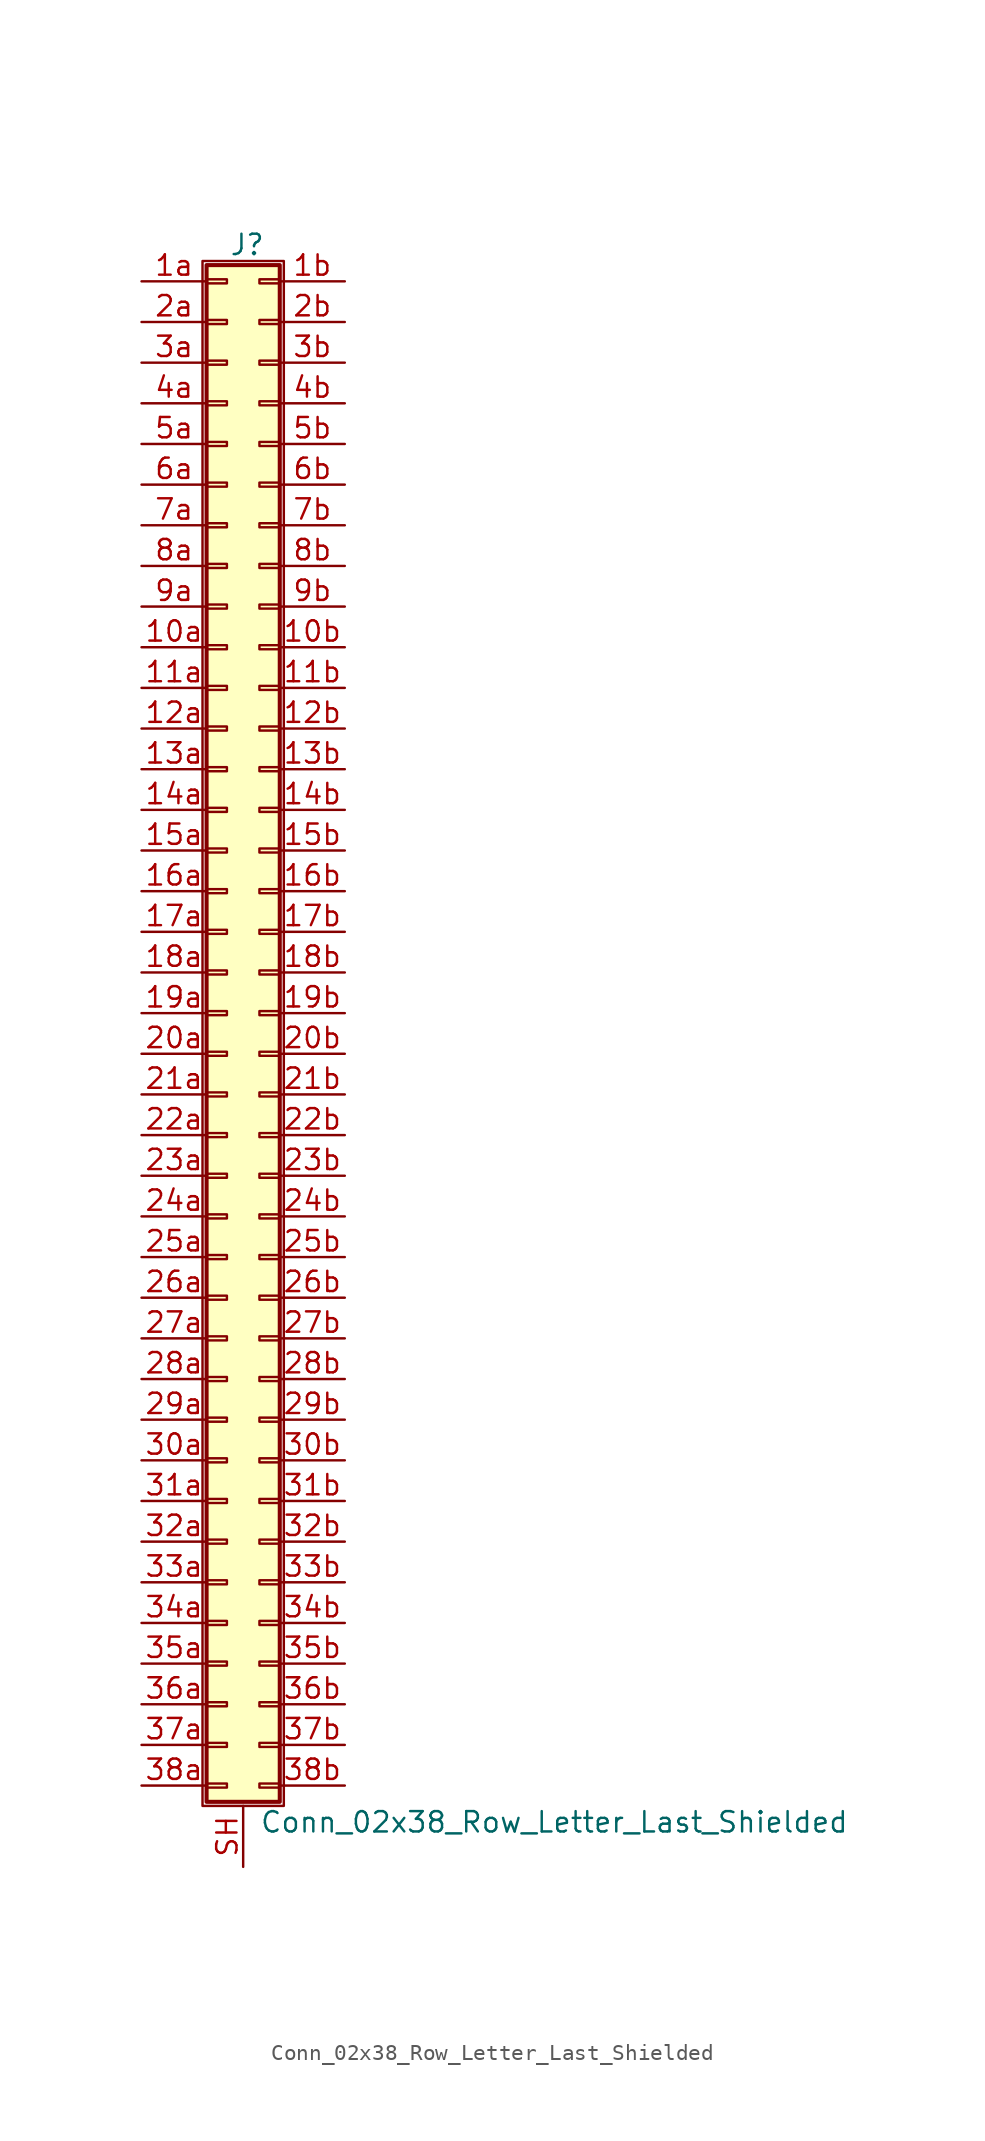
<source format=kicad_sym>
(kicad_symbol_lib
  (version 20201005)
  (generator kicad_symbol_editor)
  (symbol "Connector_Generic_Shielded:Conn_02x38_Row_Letter_Last_Shielded"
    (pin_names
      (offset 1.016) hide)
    (property "Reference" "J"
      (at 1.524 48.006 0)
      (effects (font (size 1.27 1.27))))
    (property "Value" "Conn_02x38_Row_Letter_Last_Shielded"
      (at 2.286 -50.546 0)
      (effects (font (size 1.27 1.27)) (justify left)))
    (symbol "Conn_02x38_Row_Letter_Last_Shielded_1_1"
      (rectangle (start -1.016 -27.813) (end 0.254 -28.067) (stroke (width 0.152)) (fill (type none)))
      (rectangle (start -1.016 -30.353) (end 0.254 -30.607) (stroke (width 0.152)) (fill (type none)))
      (rectangle (start -1.016 -32.893) (end 0.254 -33.147) (stroke (width 0.152)) (fill (type none)))
      (rectangle (start -1.016 -35.433) (end 0.254 -35.687) (stroke (width 0.152)) (fill (type none)))
      (rectangle (start -1.016 -37.973) (end 0.254 -38.227) (stroke (width 0.152)) (fill (type none)))
      (rectangle (start -1.016 -40.513) (end 0.254 -40.767) (stroke (width 0.152)) (fill (type none)))
      (rectangle (start -1.016 -43.053) (end 0.254 -43.307) (stroke (width 0.152)) (fill (type none)))
      (rectangle (start -1.016 -45.593) (end 0.254 -45.847) (stroke (width 0.152)) (fill (type none)))
      (rectangle (start -1.016 -48.133) (end 0.254 -48.387) (stroke (width 0.152)) (fill (type none)))
      (rectangle (start -1.016 -4.953) (end 0.254 -5.207) (stroke (width 0.152)) (fill (type none)))
      (rectangle (start -1.016 -7.493) (end 0.254 -7.747) (stroke (width 0.152)) (fill (type none)))
      (rectangle (start -1.016 -10.033) (end 0.254 -10.287) (stroke (width 0.152)) (fill (type none)))
      (rectangle (start -1.016 -12.573) (end 0.254 -12.827) (stroke (width 0.152)) (fill (type none)))
      (rectangle (start -1.016 -15.113) (end 0.254 -15.367) (stroke (width 0.152)) (fill (type none)))
      (rectangle (start -1.016 -17.653) (end 0.254 -17.907) (stroke (width 0.152)) (fill (type none)))
      (rectangle (start -1.016 -20.193) (end 0.254 -20.447) (stroke (width 0.152)) (fill (type none)))
      (rectangle (start -1.016 -22.733) (end 0.254 -22.987) (stroke (width 0.152)) (fill (type none)))
      (rectangle (start -1.016 -2.413) (end 0.254 -2.667) (stroke (width 0.152)) (fill (type none)))
      (rectangle (start -1.016 -25.273) (end 0.254 -25.527) (stroke (width 0.152)) (fill (type none)))
      (rectangle (start -1.016 25.527) (end 0.254 25.273) (stroke (width 0.152)) (fill (type none)))
      (rectangle (start -1.016 2.667) (end 0.254 2.413) (stroke (width 0.152)) (fill (type none)))
      (rectangle (start -1.016 28.067) (end 0.254 27.813) (stroke (width 0.152)) (fill (type none)))
      (rectangle (start -1.016 30.607) (end 0.254 30.353) (stroke (width 0.152)) (fill (type none)))
      (rectangle (start -1.016 33.147) (end 0.254 32.893) (stroke (width 0.152)) (fill (type none)))
      (rectangle (start -1.016 35.687) (end 0.254 35.433) (stroke (width 0.152)) (fill (type none)))
      (rectangle (start -1.016 38.227) (end 0.254 37.973) (stroke (width 0.152)) (fill (type none)))
      (rectangle (start -1.016 40.767) (end 0.254 40.513) (stroke (width 0.152)) (fill (type none)))
      (rectangle (start -1.016 43.307) (end 0.254 43.053) (stroke (width 0.152)) (fill (type none)))
      (rectangle (start -1.016 45.847) (end 0.254 45.593) (stroke (width 0.152)) (fill (type none)))
      (rectangle (start -1.016 46.736) (end 3.556 -49.276) (stroke (width 0.254)) (fill (type background)))
      (rectangle (start -1.016 5.207) (end 0.254 4.953) (stroke (width 0.152)) (fill (type none)))
      (rectangle (start -1.016 7.747) (end 0.254 7.493) (stroke (width 0.152)) (fill (type none)))
      (rectangle (start -1.016 10.287) (end 0.254 10.033) (stroke (width 0.152)) (fill (type none)))
      (rectangle (start -1.016 0.127) (end 0.254 -0.127) (stroke (width 0.152)) (fill (type none)))
      (rectangle (start -1.016 12.827) (end 0.254 12.573) (stroke (width 0.152)) (fill (type none)))
      (rectangle (start -1.016 15.367) (end 0.254 15.113) (stroke (width 0.152)) (fill (type none)))
      (rectangle (start -1.016 17.907) (end 0.254 17.653) (stroke (width 0.152)) (fill (type none)))
      (rectangle (start -1.016 20.447) (end 0.254 20.193) (stroke (width 0.152)) (fill (type none)))
      (rectangle (start -1.016 22.987) (end 0.254 22.733) (stroke (width 0.152)) (fill (type none)))
      (rectangle (start -1.27 46.99) (end 3.81 -49.53) (stroke (width 0.152)) (fill (type none)))
      (rectangle (start 3.556 -27.813) (end 2.286 -28.067) (stroke (width 0.152)) (fill (type none)))
      (rectangle (start 3.556 -30.353) (end 2.286 -30.607) (stroke (width 0.152)) (fill (type none)))
      (rectangle (start 3.556 -32.893) (end 2.286 -33.147) (stroke (width 0.152)) (fill (type none)))
      (rectangle (start 3.556 -35.433) (end 2.286 -35.687) (stroke (width 0.152)) (fill (type none)))
      (rectangle (start 3.556 -37.973) (end 2.286 -38.227) (stroke (width 0.152)) (fill (type none)))
      (rectangle (start 3.556 -40.513) (end 2.286 -40.767) (stroke (width 0.152)) (fill (type none)))
      (rectangle (start 3.556 -43.053) (end 2.286 -43.307) (stroke (width 0.152)) (fill (type none)))
      (rectangle (start 3.556 -45.593) (end 2.286 -45.847) (stroke (width 0.152)) (fill (type none)))
      (rectangle (start 3.556 -48.133) (end 2.286 -48.387) (stroke (width 0.152)) (fill (type none)))
      (rectangle (start 3.556 -4.953) (end 2.286 -5.207) (stroke (width 0.152)) (fill (type none)))
      (rectangle (start 3.556 -7.493) (end 2.286 -7.747) (stroke (width 0.152)) (fill (type none)))
      (rectangle (start 3.556 -10.033) (end 2.286 -10.287) (stroke (width 0.152)) (fill (type none)))
      (rectangle (start 3.556 -12.573) (end 2.286 -12.827) (stroke (width 0.152)) (fill (type none)))
      (rectangle (start 3.556 -15.113) (end 2.286 -15.367) (stroke (width 0.152)) (fill (type none)))
      (rectangle (start 3.556 -17.653) (end 2.286 -17.907) (stroke (width 0.152)) (fill (type none)))
      (rectangle (start 3.556 -20.193) (end 2.286 -20.447) (stroke (width 0.152)) (fill (type none)))
      (rectangle (start 3.556 -22.733) (end 2.286 -22.987) (stroke (width 0.152)) (fill (type none)))
      (rectangle (start 3.556 -2.413) (end 2.286 -2.667) (stroke (width 0.152)) (fill (type none)))
      (rectangle (start 3.556 -25.273) (end 2.286 -25.527) (stroke (width 0.152)) (fill (type none)))
      (rectangle (start 3.556 25.527) (end 2.286 25.273) (stroke (width 0.152)) (fill (type none)))
      (rectangle (start 3.556 2.667) (end 2.286 2.413) (stroke (width 0.152)) (fill (type none)))
      (rectangle (start 3.556 28.067) (end 2.286 27.813) (stroke (width 0.152)) (fill (type none)))
      (rectangle (start 3.556 30.607) (end 2.286 30.353) (stroke (width 0.152)) (fill (type none)))
      (rectangle (start 3.556 33.147) (end 2.286 32.893) (stroke (width 0.152)) (fill (type none)))
      (rectangle (start 3.556 35.687) (end 2.286 35.433) (stroke (width 0.152)) (fill (type none)))
      (rectangle (start 3.556 38.227) (end 2.286 37.973) (stroke (width 0.152)) (fill (type none)))
      (rectangle (start 3.556 40.767) (end 2.286 40.513) (stroke (width 0.152)) (fill (type none)))
      (rectangle (start 3.556 43.307) (end 2.286 43.053) (stroke (width 0.152)) (fill (type none)))
      (rectangle (start 3.556 45.847) (end 2.286 45.593) (stroke (width 0.152)) (fill (type none)))
      (rectangle (start 3.556 5.207) (end 2.286 4.953) (stroke (width 0.152)) (fill (type none)))
      (rectangle (start 3.556 7.747) (end 2.286 7.493) (stroke (width 0.152)) (fill (type none)))
      (rectangle (start 3.556 10.287) (end 2.286 10.033) (stroke (width 0.152)) (fill (type none)))
      (rectangle (start 3.556 0.127) (end 2.286 -0.127) (stroke (width 0.152)) (fill (type none)))
      (rectangle (start 3.556 12.827) (end 2.286 12.573) (stroke (width 0.152)) (fill (type none)))
      (rectangle (start 3.556 15.367) (end 2.286 15.113) (stroke (width 0.152)) (fill (type none)))
      (rectangle (start 3.556 17.907) (end 2.286 17.653) (stroke (width 0.152)) (fill (type none)))
      (rectangle (start 3.556 20.447) (end 2.286 20.193) (stroke (width 0.152)) (fill (type none)))
      (rectangle (start 3.556 22.987) (end 2.286 22.733) (stroke (width 0.152)) (fill (type none)))
      (pin passive line (at -5.08 22.86 0) (length 4.064) (name "Pin_10a" (effects (font (size 1.27 1.27)))) (number "10a" (effects (font (size 1.27 1.27)))))
      (pin passive line (at 7.62 22.86 180) (length 4.064) (name "Pin_10b" (effects (font (size 1.27 1.27)))) (number "10b" (effects (font (size 1.27 1.27)))))
      (pin passive line (at -5.08 20.32 0) (length 4.064) (name "Pin_11a" (effects (font (size 1.27 1.27)))) (number "11a" (effects (font (size 1.27 1.27)))))
      (pin passive line (at 7.62 20.32 180) (length 4.064) (name "Pin_11b" (effects (font (size 1.27 1.27)))) (number "11b" (effects (font (size 1.27 1.27)))))
      (pin passive line (at -5.08 17.78 0) (length 4.064) (name "Pin_12a" (effects (font (size 1.27 1.27)))) (number "12a" (effects (font (size 1.27 1.27)))))
      (pin passive line (at 7.62 17.78 180) (length 4.064) (name "Pin_12b" (effects (font (size 1.27 1.27)))) (number "12b" (effects (font (size 1.27 1.27)))))
      (pin passive line (at -5.08 15.24 0) (length 4.064) (name "Pin_13a" (effects (font (size 1.27 1.27)))) (number "13a" (effects (font (size 1.27 1.27)))))
      (pin passive line (at 7.62 15.24 180) (length 4.064) (name "Pin_13b" (effects (font (size 1.27 1.27)))) (number "13b" (effects (font (size 1.27 1.27)))))
      (pin passive line (at -5.08 12.7 0) (length 4.064) (name "Pin_14a" (effects (font (size 1.27 1.27)))) (number "14a" (effects (font (size 1.27 1.27)))))
      (pin passive line (at 7.62 12.7 180) (length 4.064) (name "Pin_14b" (effects (font (size 1.27 1.27)))) (number "14b" (effects (font (size 1.27 1.27)))))
      (pin passive line (at -5.08 10.16 0) (length 4.064) (name "Pin_15a" (effects (font (size 1.27 1.27)))) (number "15a" (effects (font (size 1.27 1.27)))))
      (pin passive line (at 7.62 10.16 180) (length 4.064) (name "Pin_15b" (effects (font (size 1.27 1.27)))) (number "15b" (effects (font (size 1.27 1.27)))))
      (pin passive line (at -5.08 7.62 0) (length 4.064) (name "Pin_16a" (effects (font (size 1.27 1.27)))) (number "16a" (effects (font (size 1.27 1.27)))))
      (pin passive line (at 7.62 7.62 180) (length 4.064) (name "Pin_16b" (effects (font (size 1.27 1.27)))) (number "16b" (effects (font (size 1.27 1.27)))))
      (pin passive line (at -5.08 5.08 0) (length 4.064) (name "Pin_17a" (effects (font (size 1.27 1.27)))) (number "17a" (effects (font (size 1.27 1.27)))))
      (pin passive line (at 7.62 5.08 180) (length 4.064) (name "Pin_17b" (effects (font (size 1.27 1.27)))) (number "17b" (effects (font (size 1.27 1.27)))))
      (pin passive line (at -5.08 2.54 0) (length 4.064) (name "Pin_18a" (effects (font (size 1.27 1.27)))) (number "18a" (effects (font (size 1.27 1.27)))))
      (pin passive line (at 7.62 2.54 180) (length 4.064) (name "Pin_18b" (effects (font (size 1.27 1.27)))) (number "18b" (effects (font (size 1.27 1.27)))))
      (pin passive line (at -5.08 0 0) (length 4.064) (name "Pin_19a" (effects (font (size 1.27 1.27)))) (number "19a" (effects (font (size 1.27 1.27)))))
      (pin passive line (at 7.62 0 180) (length 4.064) (name "Pin_19b" (effects (font (size 1.27 1.27)))) (number "19b" (effects (font (size 1.27 1.27)))))
      (pin passive line (at -5.08 45.72 0) (length 4.064) (name "Pin_1a" (effects (font (size 1.27 1.27)))) (number "1a" (effects (font (size 1.27 1.27)))))
      (pin passive line (at 7.62 45.72 180) (length 4.064) (name "Pin_1b" (effects (font (size 1.27 1.27)))) (number "1b" (effects (font (size 1.27 1.27)))))
      (pin passive line (at -5.08 -2.54 0) (length 4.064) (name "Pin_20a" (effects (font (size 1.27 1.27)))) (number "20a" (effects (font (size 1.27 1.27)))))
      (pin passive line (at 7.62 -2.54 180) (length 4.064) (name "Pin_20b" (effects (font (size 1.27 1.27)))) (number "20b" (effects (font (size 1.27 1.27)))))
      (pin passive line (at -5.08 -5.08 0) (length 4.064) (name "Pin_21a" (effects (font (size 1.27 1.27)))) (number "21a" (effects (font (size 1.27 1.27)))))
      (pin passive line (at 7.62 -5.08 180) (length 4.064) (name "Pin_21b" (effects (font (size 1.27 1.27)))) (number "21b" (effects (font (size 1.27 1.27)))))
      (pin passive line (at -5.08 -7.62 0) (length 4.064) (name "Pin_22a" (effects (font (size 1.27 1.27)))) (number "22a" (effects (font (size 1.27 1.27)))))
      (pin passive line (at 7.62 -7.62 180) (length 4.064) (name "Pin_22b" (effects (font (size 1.27 1.27)))) (number "22b" (effects (font (size 1.27 1.27)))))
      (pin passive line (at -5.08 -10.16 0) (length 4.064) (name "Pin_23a" (effects (font (size 1.27 1.27)))) (number "23a" (effects (font (size 1.27 1.27)))))
      (pin passive line (at 7.62 -10.16 180) (length 4.064) (name "Pin_23b" (effects (font (size 1.27 1.27)))) (number "23b" (effects (font (size 1.27 1.27)))))
      (pin passive line (at -5.08 -12.7 0) (length 4.064) (name "Pin_24a" (effects (font (size 1.27 1.27)))) (number "24a" (effects (font (size 1.27 1.27)))))
      (pin passive line (at 7.62 -12.7 180) (length 4.064) (name "Pin_24b" (effects (font (size 1.27 1.27)))) (number "24b" (effects (font (size 1.27 1.27)))))
      (pin passive line (at -5.08 -15.24 0) (length 4.064) (name "Pin_25a" (effects (font (size 1.27 1.27)))) (number "25a" (effects (font (size 1.27 1.27)))))
      (pin passive line (at 7.62 -15.24 180) (length 4.064) (name "Pin_25b" (effects (font (size 1.27 1.27)))) (number "25b" (effects (font (size 1.27 1.27)))))
      (pin passive line (at -5.08 -17.78 0) (length 4.064) (name "Pin_26a" (effects (font (size 1.27 1.27)))) (number "26a" (effects (font (size 1.27 1.27)))))
      (pin passive line (at 7.62 -17.78 180) (length 4.064) (name "Pin_26b" (effects (font (size 1.27 1.27)))) (number "26b" (effects (font (size 1.27 1.27)))))
      (pin passive line (at -5.08 -20.32 0) (length 4.064) (name "Pin_27a" (effects (font (size 1.27 1.27)))) (number "27a" (effects (font (size 1.27 1.27)))))
      (pin passive line (at 7.62 -20.32 180) (length 4.064) (name "Pin_27b" (effects (font (size 1.27 1.27)))) (number "27b" (effects (font (size 1.27 1.27)))))
      (pin passive line (at -5.08 -22.86 0) (length 4.064) (name "Pin_28a" (effects (font (size 1.27 1.27)))) (number "28a" (effects (font (size 1.27 1.27)))))
      (pin passive line (at 7.62 -22.86 180) (length 4.064) (name "Pin_28b" (effects (font (size 1.27 1.27)))) (number "28b" (effects (font (size 1.27 1.27)))))
      (pin passive line (at -5.08 -25.4 0) (length 4.064) (name "Pin_29a" (effects (font (size 1.27 1.27)))) (number "29a" (effects (font (size 1.27 1.27)))))
      (pin passive line (at 7.62 -25.4 180) (length 4.064) (name "Pin_29b" (effects (font (size 1.27 1.27)))) (number "29b" (effects (font (size 1.27 1.27)))))
      (pin passive line (at -5.08 43.18 0) (length 4.064) (name "Pin_2a" (effects (font (size 1.27 1.27)))) (number "2a" (effects (font (size 1.27 1.27)))))
      (pin passive line (at 7.62 43.18 180) (length 4.064) (name "Pin_2b" (effects (font (size 1.27 1.27)))) (number "2b" (effects (font (size 1.27 1.27)))))
      (pin passive line (at -5.08 -27.94 0) (length 4.064) (name "Pin_30a" (effects (font (size 1.27 1.27)))) (number "30a" (effects (font (size 1.27 1.27)))))
      (pin passive line (at 7.62 -27.94 180) (length 4.064) (name "Pin_30b" (effects (font (size 1.27 1.27)))) (number "30b" (effects (font (size 1.27 1.27)))))
      (pin passive line (at -5.08 -30.48 0) (length 4.064) (name "Pin_31a" (effects (font (size 1.27 1.27)))) (number "31a" (effects (font (size 1.27 1.27)))))
      (pin passive line (at 7.62 -30.48 180) (length 4.064) (name "Pin_31b" (effects (font (size 1.27 1.27)))) (number "31b" (effects (font (size 1.27 1.27)))))
      (pin passive line (at -5.08 -33.02 0) (length 4.064) (name "Pin_32a" (effects (font (size 1.27 1.27)))) (number "32a" (effects (font (size 1.27 1.27)))))
      (pin passive line (at 7.62 -33.02 180) (length 4.064) (name "Pin_32b" (effects (font (size 1.27 1.27)))) (number "32b" (effects (font (size 1.27 1.27)))))
      (pin passive line (at -5.08 -35.56 0) (length 4.064) (name "Pin_33a" (effects (font (size 1.27 1.27)))) (number "33a" (effects (font (size 1.27 1.27)))))
      (pin passive line (at 7.62 -35.56 180) (length 4.064) (name "Pin_33b" (effects (font (size 1.27 1.27)))) (number "33b" (effects (font (size 1.27 1.27)))))
      (pin passive line (at -5.08 -38.1 0) (length 4.064) (name "Pin_34a" (effects (font (size 1.27 1.27)))) (number "34a" (effects (font (size 1.27 1.27)))))
      (pin passive line (at 7.62 -38.1 180) (length 4.064) (name "Pin_34b" (effects (font (size 1.27 1.27)))) (number "34b" (effects (font (size 1.27 1.27)))))
      (pin passive line (at -5.08 -40.64 0) (length 4.064) (name "Pin_35a" (effects (font (size 1.27 1.27)))) (number "35a" (effects (font (size 1.27 1.27)))))
      (pin passive line (at 7.62 -40.64 180) (length 4.064) (name "Pin_35b" (effects (font (size 1.27 1.27)))) (number "35b" (effects (font (size 1.27 1.27)))))
      (pin passive line (at -5.08 -43.18 0) (length 4.064) (name "Pin_36a" (effects (font (size 1.27 1.27)))) (number "36a" (effects (font (size 1.27 1.27)))))
      (pin passive line (at 7.62 -43.18 180) (length 4.064) (name "Pin_36b" (effects (font (size 1.27 1.27)))) (number "36b" (effects (font (size 1.27 1.27)))))
      (pin passive line (at -5.08 -45.72 0) (length 4.064) (name "Pin_37a" (effects (font (size 1.27 1.27)))) (number "37a" (effects (font (size 1.27 1.27)))))
      (pin passive line (at 7.62 -45.72 180) (length 4.064) (name "Pin_37b" (effects (font (size 1.27 1.27)))) (number "37b" (effects (font (size 1.27 1.27)))))
      (pin passive line (at -5.08 -48.26 0) (length 4.064) (name "Pin_38a" (effects (font (size 1.27 1.27)))) (number "38a" (effects (font (size 1.27 1.27)))))
      (pin passive line (at 7.62 -48.26 180) (length 4.064) (name "Pin_38b" (effects (font (size 1.27 1.27)))) (number "38b" (effects (font (size 1.27 1.27)))))
      (pin passive line (at -5.08 40.64 0) (length 4.064) (name "Pin_3a" (effects (font (size 1.27 1.27)))) (number "3a" (effects (font (size 1.27 1.27)))))
      (pin passive line (at 7.62 40.64 180) (length 4.064) (name "Pin_3b" (effects (font (size 1.27 1.27)))) (number "3b" (effects (font (size 1.27 1.27)))))
      (pin passive line (at -5.08 38.1 0) (length 4.064) (name "Pin_4a" (effects (font (size 1.27 1.27)))) (number "4a" (effects (font (size 1.27 1.27)))))
      (pin passive line (at 7.62 38.1 180) (length 4.064) (name "Pin_4b" (effects (font (size 1.27 1.27)))) (number "4b" (effects (font (size 1.27 1.27)))))
      (pin passive line (at -5.08 35.56 0) (length 4.064) (name "Pin_5a" (effects (font (size 1.27 1.27)))) (number "5a" (effects (font (size 1.27 1.27)))))
      (pin passive line (at 7.62 35.56 180) (length 4.064) (name "Pin_5b" (effects (font (size 1.27 1.27)))) (number "5b" (effects (font (size 1.27 1.27)))))
      (pin passive line (at -5.08 33.02 0) (length 4.064) (name "Pin_6a" (effects (font (size 1.27 1.27)))) (number "6a" (effects (font (size 1.27 1.27)))))
      (pin passive line (at 7.62 33.02 180) (length 4.064) (name "Pin_6b" (effects (font (size 1.27 1.27)))) (number "6b" (effects (font (size 1.27 1.27)))))
      (pin passive line (at -5.08 30.48 0) (length 4.064) (name "Pin_7a" (effects (font (size 1.27 1.27)))) (number "7a" (effects (font (size 1.27 1.27)))))
      (pin passive line (at 7.62 30.48 180) (length 4.064) (name "Pin_7b" (effects (font (size 1.27 1.27)))) (number "7b" (effects (font (size 1.27 1.27)))))
      (pin passive line (at -5.08 27.94 0) (length 4.064) (name "Pin_8a" (effects (font (size 1.27 1.27)))) (number "8a" (effects (font (size 1.27 1.27)))))
      (pin passive line (at 7.62 27.94 180) (length 4.064) (name "Pin_8b" (effects (font (size 1.27 1.27)))) (number "8b" (effects (font (size 1.27 1.27)))))
      (pin passive line (at -5.08 25.4 0) (length 4.064) (name "Pin_9a" (effects (font (size 1.27 1.27)))) (number "9a" (effects (font (size 1.27 1.27)))))
      (pin passive line (at 7.62 25.4 180) (length 4.064) (name "Pin_9b" (effects (font (size 1.27 1.27)))) (number "9b" (effects (font (size 1.27 1.27)))))
      (pin passive line (at 1.27 -53.34 90) (length 3.81) (name "Shield" (effects (font (size 1.27 1.27)))) (number "SH" (effects (font (size 1.27 1.27))))))))
</source>
